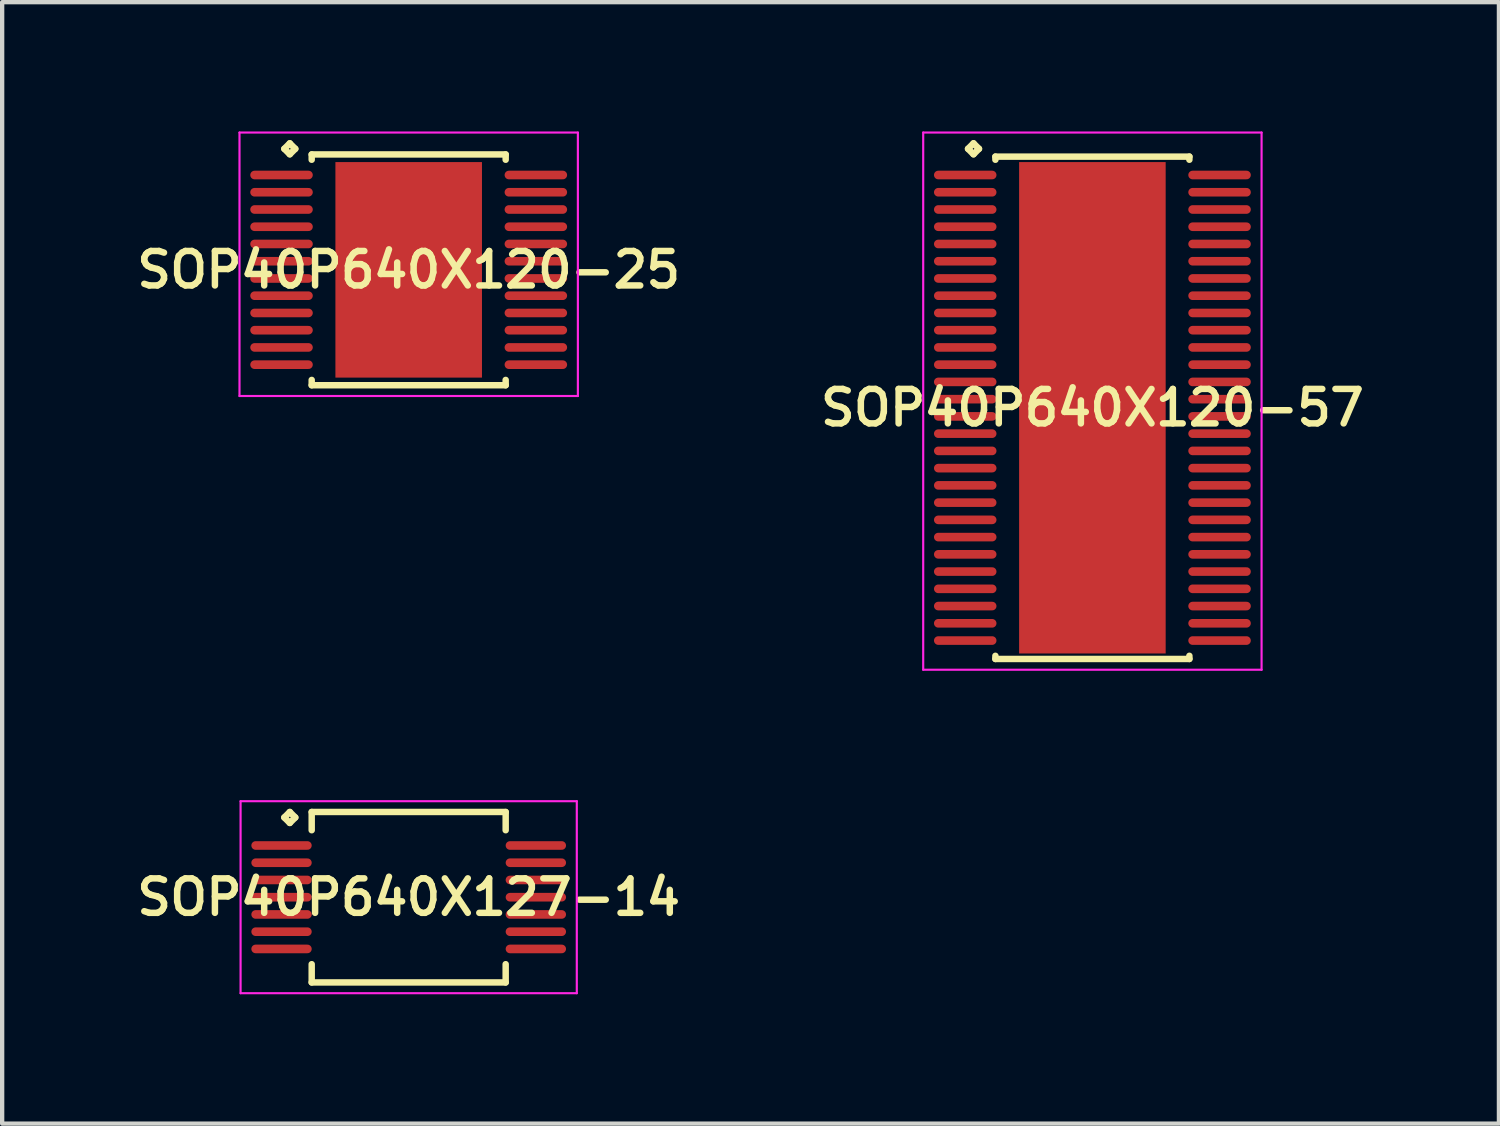
<source format=kicad_pcb>
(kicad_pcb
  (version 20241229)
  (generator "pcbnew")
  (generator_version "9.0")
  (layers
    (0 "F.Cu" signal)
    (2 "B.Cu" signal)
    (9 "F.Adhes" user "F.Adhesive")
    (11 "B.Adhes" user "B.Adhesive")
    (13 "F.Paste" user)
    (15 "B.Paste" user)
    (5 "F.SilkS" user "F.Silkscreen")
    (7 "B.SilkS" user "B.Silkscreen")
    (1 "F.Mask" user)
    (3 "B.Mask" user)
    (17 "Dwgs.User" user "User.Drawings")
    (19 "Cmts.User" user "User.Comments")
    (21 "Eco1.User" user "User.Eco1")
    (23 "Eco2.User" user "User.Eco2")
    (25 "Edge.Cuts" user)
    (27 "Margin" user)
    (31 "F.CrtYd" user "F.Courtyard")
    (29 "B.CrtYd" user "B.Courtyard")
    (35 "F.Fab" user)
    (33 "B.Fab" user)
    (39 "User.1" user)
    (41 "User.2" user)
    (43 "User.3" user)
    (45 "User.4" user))
  (footprint "SOP40P640X120-57"
    (layer "F.Cu")
    (at 22.292 6.41)
    (property "Reference" "SOP40P640X120-57" (at 0 0 0) (layer "F.SilkS") (effects (font (size 0.8 0.8) (thickness 0.15))))
    (attr smd)
    (fp_line (start -2.885 -6.008) (end -2.758 -6.135) (stroke (width 0.15) (type solid)) (layer "F.SilkS"))
    (fp_line (start -2.758 -6.135) (end -2.631 -6.008) (stroke (width 0.15) (type solid)) (layer "F.SilkS"))
    (fp_line (start -2.758 -5.881) (end -2.885 -6.008) (stroke (width 0.15) (type solid)) (layer "F.SilkS"))
    (fp_line (start -2.631 -6.008) (end -2.758 -5.881) (stroke (width 0.15) (type solid)) (layer "F.SilkS"))
    (fp_line (start -2.25 -5.827) (end 2.25 -5.827) (stroke (width 0.15) (type solid)) (layer "F.SilkS"))
    (fp_line (start -2.25 -5.754) (end -2.25 -5.827) (stroke (width 0.15) (type solid)) (layer "F.SilkS"))
    (fp_line (start -2.25 5.754) (end -2.25 5.827) (stroke (width 0.15) (type solid)) (layer "F.SilkS"))
    (fp_line (start -2.25 5.827) (end 2.25 5.827) (stroke (width 0.15) (type solid)) (layer "F.SilkS"))
    (fp_line (start 2.25 -5.827) (end 2.25 -5.754) (stroke (width 0.15) (type solid)) (layer "F.SilkS"))
    (fp_line (start 2.25 5.827) (end 2.25 5.754) (stroke (width 0.15) (type solid)) (layer "F.SilkS"))
    (fp_line (start -3.925 -6.385) (end 3.925 -6.385) (stroke (width 0.05) (type solid)) (layer "F.CrtYd"))
    (fp_line (start -3.925 6.077) (end -3.925 -6.385) (stroke (width 0.05) (type solid)) (layer "F.CrtYd"))
    (fp_line (start 3.925 -6.385) (end 3.925 6.077) (stroke (width 0.05) (type solid)) (layer "F.CrtYd"))
    (fp_line (start 3.925 6.077) (end -3.925 6.077) (stroke (width 0.05) (type solid)) (layer "F.CrtYd"))
    (pad "1" smd oval (at -2.95 -5.4) (size 1.45 0.2) (layers "F.Cu" "F.Mask" "F.Paste"))
    (pad "2" smd oval (at -2.95 -5) (size 1.45 0.2) (layers "F.Cu" "F.Mask" "F.Paste"))
    (pad "3" smd oval (at -2.95 -4.6) (size 1.45 0.2) (layers "F.Cu" "F.Mask" "F.Paste"))
    (pad "4" smd oval (at -2.95 -4.2) (size 1.45 0.2) (layers "F.Cu" "F.Mask" "F.Paste"))
    (pad "5" smd oval (at -2.95 -3.8) (size 1.45 0.2) (layers "F.Cu" "F.Mask" "F.Paste"))
    (pad "6" smd oval (at -2.95 -3.4) (size 1.45 0.2) (layers "F.Cu" "F.Mask" "F.Paste"))
    (pad "7" smd oval (at -2.95 -3) (size 1.45 0.2) (layers "F.Cu" "F.Mask" "F.Paste"))
    (pad "8" smd oval (at -2.95 -2.6) (size 1.45 0.2) (layers "F.Cu" "F.Mask" "F.Paste"))
    (pad "9" smd oval (at -2.95 -2.2) (size 1.45 0.2) (layers "F.Cu" "F.Mask" "F.Paste"))
    (pad "10" smd oval (at -2.95 -1.8) (size 1.45 0.2) (layers "F.Cu" "F.Mask" "F.Paste"))
    (pad "11" smd oval (at -2.95 -1.4) (size 1.45 0.2) (layers "F.Cu" "F.Mask" "F.Paste"))
    (pad "12" smd oval (at -2.95 -1) (size 1.45 0.2) (layers "F.Cu" "F.Mask" "F.Paste"))
    (pad "13" smd oval (at -2.95 -0.6) (size 1.45 0.2) (layers "F.Cu" "F.Mask" "F.Paste"))
    (pad "14" smd oval (at -2.95 -0.2) (size 1.45 0.2) (layers "F.Cu" "F.Mask" "F.Paste"))
    (pad "15" smd oval (at -2.95 0.2) (size 1.45 0.2) (layers "F.Cu" "F.Mask" "F.Paste"))
    (pad "16" smd oval (at -2.95 0.6) (size 1.45 0.2) (layers "F.Cu" "F.Mask" "F.Paste"))
    (pad "17" smd oval (at -2.95 1) (size 1.45 0.2) (layers "F.Cu" "F.Mask" "F.Paste"))
    (pad "18" smd oval (at -2.95 1.4) (size 1.45 0.2) (layers "F.Cu" "F.Mask" "F.Paste"))
    (pad "19" smd oval (at -2.95 1.8) (size 1.45 0.2) (layers "F.Cu" "F.Mask" "F.Paste"))
    (pad "20" smd oval (at -2.95 2.2) (size 1.45 0.2) (layers "F.Cu" "F.Mask" "F.Paste"))
    (pad "21" smd oval (at -2.95 2.6) (size 1.45 0.2) (layers "F.Cu" "F.Mask" "F.Paste"))
    (pad "22" smd oval (at -2.95 3) (size 1.45 0.2) (layers "F.Cu" "F.Mask" "F.Paste"))
    (pad "23" smd oval (at -2.95 3.4) (size 1.45 0.2) (layers "F.Cu" "F.Mask" "F.Paste"))
    (pad "24" smd oval (at -2.95 3.8) (size 1.45 0.2) (layers "F.Cu" "F.Mask" "F.Paste"))
    (pad "25" smd oval (at -2.95 4.2) (size 1.45 0.2) (layers "F.Cu" "F.Mask" "F.Paste"))
    (pad "26" smd oval (at -2.95 4.6) (size 1.45 0.2) (layers "F.Cu" "F.Mask" "F.Paste"))
    (pad "27" smd oval (at -2.95 5) (size 1.45 0.2) (layers "F.Cu" "F.Mask" "F.Paste"))
    (pad "28" smd oval (at -2.95 5.4) (size 1.45 0.2) (layers "F.Cu" "F.Mask" "F.Paste"))
    (pad "29" smd oval (at 2.95 5.4) (size 1.45 0.2) (layers "F.Cu" "F.Mask" "F.Paste"))
    (pad "30" smd oval (at 2.95 5) (size 1.45 0.2) (layers "F.Cu" "F.Mask" "F.Paste"))
    (pad "31" smd oval (at 2.95 4.6) (size 1.45 0.2) (layers "F.Cu" "F.Mask" "F.Paste"))
    (pad "32" smd oval (at 2.95 4.2) (size 1.45 0.2) (layers "F.Cu" "F.Mask" "F.Paste"))
    (pad "33" smd oval (at 2.95 3.8) (size 1.45 0.2) (layers "F.Cu" "F.Mask" "F.Paste"))
    (pad "34" smd oval (at 2.95 3.4) (size 1.45 0.2) (layers "F.Cu" "F.Mask" "F.Paste"))
    (pad "35" smd oval (at 2.95 3) (size 1.45 0.2) (layers "F.Cu" "F.Mask" "F.Paste"))
    (pad "36" smd oval (at 2.95 2.6) (size 1.45 0.2) (layers "F.Cu" "F.Mask" "F.Paste"))
    (pad "37" smd oval (at 2.95 2.2) (size 1.45 0.2) (layers "F.Cu" "F.Mask" "F.Paste"))
    (pad "38" smd oval (at 2.95 1.8) (size 1.45 0.2) (layers "F.Cu" "F.Mask" "F.Paste"))
    (pad "39" smd oval (at 2.95 1.4) (size 1.45 0.2) (layers "F.Cu" "F.Mask" "F.Paste"))
    (pad "40" smd oval (at 2.95 1) (size 1.45 0.2) (layers "F.Cu" "F.Mask" "F.Paste"))
    (pad "41" smd oval (at 2.95 0.6) (size 1.45 0.2) (layers "F.Cu" "F.Mask" "F.Paste"))
    (pad "42" smd oval (at 2.95 0.2) (size 1.45 0.2) (layers "F.Cu" "F.Mask" "F.Paste"))
    (pad "43" smd oval (at 2.95 -0.2) (size 1.45 0.2) (layers "F.Cu" "F.Mask" "F.Paste"))
    (pad "44" smd oval (at 2.95 -0.6) (size 1.45 0.2) (layers "F.Cu" "F.Mask" "F.Paste"))
    (pad "45" smd oval (at 2.95 -1) (size 1.45 0.2) (layers "F.Cu" "F.Mask" "F.Paste"))
    (pad "46" smd oval (at 2.95 -1.4) (size 1.45 0.2) (layers "F.Cu" "F.Mask" "F.Paste"))
    (pad "47" smd oval (at 2.95 -1.8) (size 1.45 0.2) (layers "F.Cu" "F.Mask" "F.Paste"))
    (pad "48" smd oval (at 2.95 -2.2) (size 1.45 0.2) (layers "F.Cu" "F.Mask" "F.Paste"))
    (pad "49" smd oval (at 2.95 -2.6) (size 1.45 0.2) (layers "F.Cu" "F.Mask" "F.Paste"))
    (pad "50" smd oval (at 2.95 -3) (size 1.45 0.2) (layers "F.Cu" "F.Mask" "F.Paste"))
    (pad "51" smd oval (at 2.95 -3.4) (size 1.45 0.2) (layers "F.Cu" "F.Mask" "F.Paste"))
    (pad "52" smd oval (at 2.95 -3.8) (size 1.45 0.2) (layers "F.Cu" "F.Mask" "F.Paste"))
    (pad "53" smd oval (at 2.95 -4.2) (size 1.45 0.2) (layers "F.Cu" "F.Mask" "F.Paste"))
    (pad "54" smd oval (at 2.95 -4.6) (size 1.45 0.2) (layers "F.Cu" "F.Mask" "F.Paste"))
    (pad "55" smd oval (at 2.95 -5) (size 1.45 0.2) (layers "F.Cu" "F.Mask" "F.Paste"))
    (pad "56" smd oval (at 2.95 -5.4) (size 1.45 0.2) (layers "F.Cu" "F.Mask" "F.Paste"))
    (pad "57" smd rect (at 0 0) (size 3.4 11.4) (layers "F.Cu" "F.Mask" "F.Paste")))
  (footprint "SOP40P640X127-14"
    (layer "F.Cu")
    (at 6.431 17.764)
    (property "Reference" "SOP40P640X127-14" (at 0 0 0) (layer "F.SilkS") (effects (font (size 0.8 0.8) (thickness 0.15))))
    (attr smd)
    (fp_line (start -2.885 -1.85) (end -2.758 -1.977) (stroke (width 0.15) (type solid)) (layer "F.SilkS"))
    (fp_line (start -2.758 -1.977) (end -2.631 -1.85) (stroke (width 0.15) (type solid)) (layer "F.SilkS"))
    (fp_line (start -2.758 -1.723) (end -2.885 -1.85) (stroke (width 0.15) (type solid)) (layer "F.SilkS"))
    (fp_line (start -2.631 -1.85) (end -2.758 -1.723) (stroke (width 0.15) (type solid)) (layer "F.SilkS"))
    (fp_line (start -2.25 -1.977) (end 2.25 -1.977) (stroke (width 0.15) (type solid)) (layer "F.SilkS"))
    (fp_line (start -2.25 -1.554) (end -2.25 -1.977) (stroke (width 0.15) (type solid)) (layer "F.SilkS"))
    (fp_line (start -2.25 1.554) (end -2.25 1.977) (stroke (width 0.15) (type solid)) (layer "F.SilkS"))
    (fp_line (start -2.25 1.977) (end 2.25 1.977) (stroke (width 0.15) (type solid)) (layer "F.SilkS"))
    (fp_line (start 2.25 -1.977) (end 2.25 -1.554) (stroke (width 0.15) (type solid)) (layer "F.SilkS"))
    (fp_line (start 2.25 1.977) (end 2.25 1.554) (stroke (width 0.15) (type solid)) (layer "F.SilkS"))
    (fp_line (start -3.9 -2.227) (end 3.9 -2.227) (stroke (width 0.05) (type solid)) (layer "F.CrtYd"))
    (fp_line (start -3.9 2.227) (end -3.9 -2.227) (stroke (width 0.05) (type solid)) (layer "F.CrtYd"))
    (fp_line (start 3.9 -2.227) (end 3.9 2.227) (stroke (width 0.05) (type solid)) (layer "F.CrtYd"))
    (fp_line (start 3.9 2.227) (end -3.9 2.227) (stroke (width 0.05) (type solid)) (layer "F.CrtYd"))
    (pad "1" smd oval (at -2.95 -1.2) (size 1.4 0.2) (layers "F.Cu" "F.Mask" "F.Paste"))
    (pad "2" smd oval (at -2.95 -0.8) (size 1.4 0.2) (layers "F.Cu" "F.Mask" "F.Paste"))
    (pad "3" smd oval (at -2.95 -0.4) (size 1.4 0.2) (layers "F.Cu" "F.Mask" "F.Paste"))
    (pad "4" smd oval (at -2.95 0) (size 1.4 0.2) (layers "F.Cu" "F.Mask" "F.Paste"))
    (pad "5" smd oval (at -2.95 0.4) (size 1.4 0.2) (layers "F.Cu" "F.Mask" "F.Paste"))
    (pad "6" smd oval (at -2.95 0.8) (size 1.4 0.2) (layers "F.Cu" "F.Mask" "F.Paste"))
    (pad "7" smd oval (at -2.95 1.2) (size 1.4 0.2) (layers "F.Cu" "F.Mask" "F.Paste"))
    (pad "8" smd oval (at 2.95 1.2) (size 1.4 0.2) (layers "F.Cu" "F.Mask" "F.Paste"))
    (pad "9" smd oval (at 2.95 0.8) (size 1.4 0.2) (layers "F.Cu" "F.Mask" "F.Paste"))
    (pad "10" smd oval (at 2.95 0.4) (size 1.4 0.2) (layers "F.Cu" "F.Mask" "F.Paste"))
    (pad "11" smd oval (at 2.95 0) (size 1.4 0.2) (layers "F.Cu" "F.Mask" "F.Paste"))
    (pad "12" smd oval (at 2.95 -0.4) (size 1.4 0.2) (layers "F.Cu" "F.Mask" "F.Paste"))
    (pad "13" smd oval (at 2.95 -0.8) (size 1.4 0.2) (layers "F.Cu" "F.Mask" "F.Paste"))
    (pad "14" smd oval (at 2.95 -1.2) (size 1.4 0.2) (layers "F.Cu" "F.Mask" "F.Paste")))
  (footprint "SOP40P640X120-25"
    (layer "F.Cu")
    (at 6.431 3.21)
    (property "Reference" "SOP40P640X120-25" (at 0 0 0) (layer "F.SilkS") (effects (font (size 0.8 0.8) (thickness 0.15))))
    (attr smd)
    (fp_line (start -2.885 -2.808) (end -2.758 -2.935) (stroke (width 0.15) (type solid)) (layer "F.SilkS"))
    (fp_line (start -2.758 -2.935) (end -2.631 -2.808) (stroke (width 0.15) (type solid)) (layer "F.SilkS"))
    (fp_line (start -2.758 -2.681) (end -2.885 -2.808) (stroke (width 0.15) (type solid)) (layer "F.SilkS"))
    (fp_line (start -2.631 -2.808) (end -2.758 -2.681) (stroke (width 0.15) (type solid)) (layer "F.SilkS"))
    (fp_line (start -2.25 -2.677) (end 2.25 -2.677) (stroke (width 0.15) (type solid)) (layer "F.SilkS"))
    (fp_line (start -2.25 -2.554) (end -2.25 -2.677) (stroke (width 0.15) (type solid)) (layer "F.SilkS"))
    (fp_line (start -2.25 2.554) (end -2.25 2.677) (stroke (width 0.15) (type solid)) (layer "F.SilkS"))
    (fp_line (start -2.25 2.677) (end 2.25 2.677) (stroke (width 0.15) (type solid)) (layer "F.SilkS"))
    (fp_line (start 2.25 -2.677) (end 2.25 -2.554) (stroke (width 0.15) (type solid)) (layer "F.SilkS"))
    (fp_line (start 2.25 2.677) (end 2.25 2.554) (stroke (width 0.15) (type solid)) (layer "F.SilkS"))
    (fp_line (start -3.925 -3.185) (end 3.925 -3.185) (stroke (width 0.05) (type solid)) (layer "F.CrtYd"))
    (fp_line (start -3.925 2.927) (end -3.925 -3.185) (stroke (width 0.05) (type solid)) (layer "F.CrtYd"))
    (fp_line (start 3.925 -3.185) (end 3.925 2.927) (stroke (width 0.05) (type solid)) (layer "F.CrtYd"))
    (fp_line (start 3.925 2.927) (end -3.925 2.927) (stroke (width 0.05) (type solid)) (layer "F.CrtYd"))
    (pad "1" smd oval (at -2.95 -2.2) (size 1.45 0.2) (layers "F.Cu" "F.Mask" "F.Paste"))
    (pad "2" smd oval (at -2.95 -1.8) (size 1.45 0.2) (layers "F.Cu" "F.Mask" "F.Paste"))
    (pad "3" smd oval (at -2.95 -1.4) (size 1.45 0.2) (layers "F.Cu" "F.Mask" "F.Paste"))
    (pad "4" smd oval (at -2.95 -1) (size 1.45 0.2) (layers "F.Cu" "F.Mask" "F.Paste"))
    (pad "5" smd oval (at -2.95 -0.6) (size 1.45 0.2) (layers "F.Cu" "F.Mask" "F.Paste"))
    (pad "6" smd oval (at -2.95 -0.2) (size 1.45 0.2) (layers "F.Cu" "F.Mask" "F.Paste"))
    (pad "7" smd oval (at -2.95 0.2) (size 1.45 0.2) (layers "F.Cu" "F.Mask" "F.Paste"))
    (pad "8" smd oval (at -2.95 0.6) (size 1.45 0.2) (layers "F.Cu" "F.Mask" "F.Paste"))
    (pad "9" smd oval (at -2.95 1) (size 1.45 0.2) (layers "F.Cu" "F.Mask" "F.Paste"))
    (pad "10" smd oval (at -2.95 1.4) (size 1.45 0.2) (layers "F.Cu" "F.Mask" "F.Paste"))
    (pad "11" smd oval (at -2.95 1.8) (size 1.45 0.2) (layers "F.Cu" "F.Mask" "F.Paste"))
    (pad "12" smd oval (at -2.95 2.2) (size 1.45 0.2) (layers "F.Cu" "F.Mask" "F.Paste"))
    (pad "13" smd oval (at 2.95 2.2) (size 1.45 0.2) (layers "F.Cu" "F.Mask" "F.Paste"))
    (pad "14" smd oval (at 2.95 1.8) (size 1.45 0.2) (layers "F.Cu" "F.Mask" "F.Paste"))
    (pad "15" smd oval (at 2.95 1.4) (size 1.45 0.2) (layers "F.Cu" "F.Mask" "F.Paste"))
    (pad "16" smd oval (at 2.95 1) (size 1.45 0.2) (layers "F.Cu" "F.Mask" "F.Paste"))
    (pad "17" smd oval (at 2.95 0.6) (size 1.45 0.2) (layers "F.Cu" "F.Mask" "F.Paste"))
    (pad "18" smd oval (at 2.95 0.2) (size 1.45 0.2) (layers "F.Cu" "F.Mask" "F.Paste"))
    (pad "19" smd oval (at 2.95 -0.2) (size 1.45 0.2) (layers "F.Cu" "F.Mask" "F.Paste"))
    (pad "20" smd oval (at 2.95 -0.6) (size 1.45 0.2) (layers "F.Cu" "F.Mask" "F.Paste"))
    (pad "21" smd oval (at 2.95 -1) (size 1.45 0.2) (layers "F.Cu" "F.Mask" "F.Paste"))
    (pad "22" smd oval (at 2.95 -1.4) (size 1.45 0.2) (layers "F.Cu" "F.Mask" "F.Paste"))
    (pad "23" smd oval (at 2.95 -1.8) (size 1.45 0.2) (layers "F.Cu" "F.Mask" "F.Paste"))
    (pad "24" smd oval (at 2.95 -2.2) (size 1.45 0.2) (layers "F.Cu" "F.Mask" "F.Paste"))
    (pad "25" smd rect (at 0 0) (size 3.4 5) (layers "F.Cu" "F.Mask" "F.Paste")))
  (gr_rect
    (start -3 -3)
    (end 31.723 23.016)
    (stroke (width 0.1) (type default))
    (fill no)
    (layer "Edge.Cuts")))
</source>
